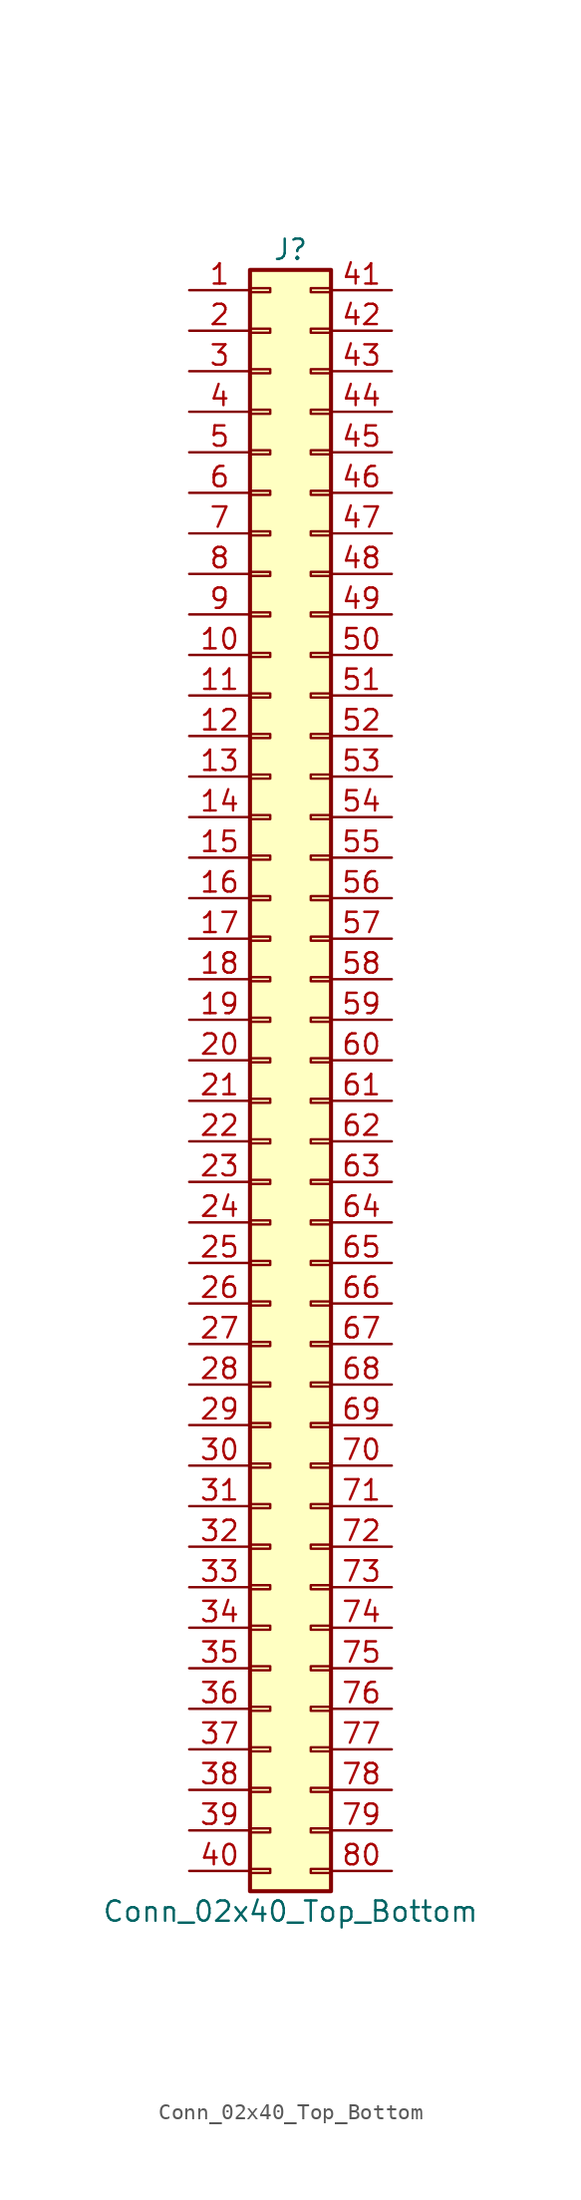
<source format=kicad_sym>
(kicad_symbol_lib
  (version 20220914)
  (generator kicad_symbol_editor)
  (symbol "Conn_02x40_Top_Bottom"
    (pin_names
      (offset 1.016) hide)
    (property "Reference" "J"
      (at 1.27 50.8 0)
      (effects (font (size 1.27 1.27))))
    (property "Value" "Conn_02x40_Top_Bottom"
      (at 1.27 -53.34 0)
      (effects (font (size 1.27 1.27))))
    (symbol "Conn_02x40_Top_Bottom_1_1"
      (rectangle (start -1.27 -50.673) (end 0 -50.927) (stroke (width 0.152) (type solid)) (fill (type none)))
      (rectangle (start -1.27 -48.133) (end 0 -48.387) (stroke (width 0.152) (type solid)) (fill (type none)))
      (rectangle (start -1.27 -45.593) (end 0 -45.847) (stroke (width 0.152) (type solid)) (fill (type none)))
      (rectangle (start -1.27 -43.053) (end 0 -43.307) (stroke (width 0.152) (type solid)) (fill (type none)))
      (rectangle (start -1.27 -40.513) (end 0 -40.767) (stroke (width 0.152) (type solid)) (fill (type none)))
      (rectangle (start -1.27 -37.973) (end 0 -38.227) (stroke (width 0.152) (type solid)) (fill (type none)))
      (rectangle (start -1.27 -35.433) (end 0 -35.687) (stroke (width 0.152) (type solid)) (fill (type none)))
      (rectangle (start -1.27 -32.893) (end 0 -33.147) (stroke (width 0.152) (type solid)) (fill (type none)))
      (rectangle (start -1.27 -30.353) (end 0 -30.607) (stroke (width 0.152) (type solid)) (fill (type none)))
      (rectangle (start -1.27 -27.813) (end 0 -28.067) (stroke (width 0.152) (type solid)) (fill (type none)))
      (rectangle (start -1.27 -25.273) (end 0 -25.527) (stroke (width 0.152) (type solid)) (fill (type none)))
      (rectangle (start -1.27 -22.733) (end 0 -22.987) (stroke (width 0.152) (type solid)) (fill (type none)))
      (rectangle (start -1.27 -20.193) (end 0 -20.447) (stroke (width 0.152) (type solid)) (fill (type none)))
      (rectangle (start -1.27 -17.653) (end 0 -17.907) (stroke (width 0.152) (type solid)) (fill (type none)))
      (rectangle (start -1.27 -15.113) (end 0 -15.367) (stroke (width 0.152) (type solid)) (fill (type none)))
      (rectangle (start -1.27 -12.573) (end 0 -12.827) (stroke (width 0.152) (type solid)) (fill (type none)))
      (rectangle (start -1.27 -10.033) (end 0 -10.287) (stroke (width 0.152) (type solid)) (fill (type none)))
      (rectangle (start -1.27 -7.493) (end 0 -7.747) (stroke (width 0.152) (type solid)) (fill (type none)))
      (rectangle (start -1.27 -4.953) (end 0 -5.207) (stroke (width 0.152) (type solid)) (fill (type none)))
      (rectangle (start -1.27 -2.413) (end 0 -2.667) (stroke (width 0.152) (type solid)) (fill (type none)))
      (rectangle (start -1.27 0.127) (end 0 -0.127) (stroke (width 0.152) (type solid)) (fill (type none)))
      (rectangle (start -1.27 2.667) (end 0 2.413) (stroke (width 0.152) (type solid)) (fill (type none)))
      (rectangle (start -1.27 5.207) (end 0 4.953) (stroke (width 0.152) (type solid)) (fill (type none)))
      (rectangle (start -1.27 7.747) (end 0 7.493) (stroke (width 0.152) (type solid)) (fill (type none)))
      (rectangle (start -1.27 10.287) (end 0 10.033) (stroke (width 0.152) (type solid)) (fill (type none)))
      (rectangle (start -1.27 12.827) (end 0 12.573) (stroke (width 0.152) (type solid)) (fill (type none)))
      (rectangle (start -1.27 15.367) (end 0 15.113) (stroke (width 0.152) (type solid)) (fill (type none)))
      (rectangle (start -1.27 17.907) (end 0 17.653) (stroke (width 0.152) (type solid)) (fill (type none)))
      (rectangle (start -1.27 20.447) (end 0 20.193) (stroke (width 0.152) (type solid)) (fill (type none)))
      (rectangle (start -1.27 22.987) (end 0 22.733) (stroke (width 0.152) (type solid)) (fill (type none)))
      (rectangle (start -1.27 25.527) (end 0 25.273) (stroke (width 0.152) (type solid)) (fill (type none)))
      (rectangle (start -1.27 28.067) (end 0 27.813) (stroke (width 0.152) (type solid)) (fill (type none)))
      (rectangle (start -1.27 30.607) (end 0 30.353) (stroke (width 0.152) (type solid)) (fill (type none)))
      (rectangle (start -1.27 33.147) (end 0 32.893) (stroke (width 0.152) (type solid)) (fill (type none)))
      (rectangle (start -1.27 35.687) (end 0 35.433) (stroke (width 0.152) (type solid)) (fill (type none)))
      (rectangle (start -1.27 38.227) (end 0 37.973) (stroke (width 0.152) (type solid)) (fill (type none)))
      (rectangle (start -1.27 40.767) (end 0 40.513) (stroke (width 0.152) (type solid)) (fill (type none)))
      (rectangle (start -1.27 43.307) (end 0 43.053) (stroke (width 0.152) (type solid)) (fill (type none)))
      (rectangle (start -1.27 45.847) (end 0 45.593) (stroke (width 0.152) (type solid)) (fill (type none)))
      (rectangle (start -1.27 48.387) (end 0 48.133) (stroke (width 0.152) (type solid)) (fill (type none)))
      (rectangle (start -1.27 49.53) (end 3.81 -52.07) (stroke (width 0.254) (type solid)) (fill (type background)))
      (rectangle (start 3.81 -50.673) (end 2.54 -50.927) (stroke (width 0.152) (type solid)) (fill (type none)))
      (rectangle (start 3.81 -48.133) (end 2.54 -48.387) (stroke (width 0.152) (type solid)) (fill (type none)))
      (rectangle (start 3.81 -45.593) (end 2.54 -45.847) (stroke (width 0.152) (type solid)) (fill (type none)))
      (rectangle (start 3.81 -43.053) (end 2.54 -43.307) (stroke (width 0.152) (type solid)) (fill (type none)))
      (rectangle (start 3.81 -40.513) (end 2.54 -40.767) (stroke (width 0.152) (type solid)) (fill (type none)))
      (rectangle (start 3.81 -37.973) (end 2.54 -38.227) (stroke (width 0.152) (type solid)) (fill (type none)))
      (rectangle (start 3.81 -35.433) (end 2.54 -35.687) (stroke (width 0.152) (type solid)) (fill (type none)))
      (rectangle (start 3.81 -32.893) (end 2.54 -33.147) (stroke (width 0.152) (type solid)) (fill (type none)))
      (rectangle (start 3.81 -30.353) (end 2.54 -30.607) (stroke (width 0.152) (type solid)) (fill (type none)))
      (rectangle (start 3.81 -27.813) (end 2.54 -28.067) (stroke (width 0.152) (type solid)) (fill (type none)))
      (rectangle (start 3.81 -25.273) (end 2.54 -25.527) (stroke (width 0.152) (type solid)) (fill (type none)))
      (rectangle (start 3.81 -22.733) (end 2.54 -22.987) (stroke (width 0.152) (type solid)) (fill (type none)))
      (rectangle (start 3.81 -20.193) (end 2.54 -20.447) (stroke (width 0.152) (type solid)) (fill (type none)))
      (rectangle (start 3.81 -17.653) (end 2.54 -17.907) (stroke (width 0.152) (type solid)) (fill (type none)))
      (rectangle (start 3.81 -15.113) (end 2.54 -15.367) (stroke (width 0.152) (type solid)) (fill (type none)))
      (rectangle (start 3.81 -12.573) (end 2.54 -12.827) (stroke (width 0.152) (type solid)) (fill (type none)))
      (rectangle (start 3.81 -10.033) (end 2.54 -10.287) (stroke (width 0.152) (type solid)) (fill (type none)))
      (rectangle (start 3.81 -7.493) (end 2.54 -7.747) (stroke (width 0.152) (type solid)) (fill (type none)))
      (rectangle (start 3.81 -4.953) (end 2.54 -5.207) (stroke (width 0.152) (type solid)) (fill (type none)))
      (rectangle (start 3.81 -2.413) (end 2.54 -2.667) (stroke (width 0.152) (type solid)) (fill (type none)))
      (rectangle (start 3.81 0.127) (end 2.54 -0.127) (stroke (width 0.152) (type solid)) (fill (type none)))
      (rectangle (start 3.81 2.667) (end 2.54 2.413) (stroke (width 0.152) (type solid)) (fill (type none)))
      (rectangle (start 3.81 5.207) (end 2.54 4.953) (stroke (width 0.152) (type solid)) (fill (type none)))
      (rectangle (start 3.81 7.747) (end 2.54 7.493) (stroke (width 0.152) (type solid)) (fill (type none)))
      (rectangle (start 3.81 10.287) (end 2.54 10.033) (stroke (width 0.152) (type solid)) (fill (type none)))
      (rectangle (start 3.81 12.827) (end 2.54 12.573) (stroke (width 0.152) (type solid)) (fill (type none)))
      (rectangle (start 3.81 15.367) (end 2.54 15.113) (stroke (width 0.152) (type solid)) (fill (type none)))
      (rectangle (start 3.81 17.907) (end 2.54 17.653) (stroke (width 0.152) (type solid)) (fill (type none)))
      (rectangle (start 3.81 20.447) (end 2.54 20.193) (stroke (width 0.152) (type solid)) (fill (type none)))
      (rectangle (start 3.81 22.987) (end 2.54 22.733) (stroke (width 0.152) (type solid)) (fill (type none)))
      (rectangle (start 3.81 25.527) (end 2.54 25.273) (stroke (width 0.152) (type solid)) (fill (type none)))
      (rectangle (start 3.81 28.067) (end 2.54 27.813) (stroke (width 0.152) (type solid)) (fill (type none)))
      (rectangle (start 3.81 30.607) (end 2.54 30.353) (stroke (width 0.152) (type solid)) (fill (type none)))
      (rectangle (start 3.81 33.147) (end 2.54 32.893) (stroke (width 0.152) (type solid)) (fill (type none)))
      (rectangle (start 3.81 35.687) (end 2.54 35.433) (stroke (width 0.152) (type solid)) (fill (type none)))
      (rectangle (start 3.81 38.227) (end 2.54 37.973) (stroke (width 0.152) (type solid)) (fill (type none)))
      (rectangle (start 3.81 40.767) (end 2.54 40.513) (stroke (width 0.152) (type solid)) (fill (type none)))
      (rectangle (start 3.81 43.307) (end 2.54 43.053) (stroke (width 0.152) (type solid)) (fill (type none)))
      (rectangle (start 3.81 45.847) (end 2.54 45.593) (stroke (width 0.152) (type solid)) (fill (type none)))
      (rectangle (start 3.81 48.387) (end 2.54 48.133) (stroke (width 0.152) (type solid)) (fill (type none)))
      (pin passive line (at -5.08 48.26 0) (length 3.81) (name "Pin_1" (effects (font (size 1.27 1.27)))) (number "1" (effects (font (size 1.27 1.27)))))
      (pin passive line (at -5.08 25.4 0) (length 3.81) (name "Pin_10" (effects (font (size 1.27 1.27)))) (number "10" (effects (font (size 1.27 1.27)))))
      (pin passive line (at -5.08 22.86 0) (length 3.81) (name "Pin_11" (effects (font (size 1.27 1.27)))) (number "11" (effects (font (size 1.27 1.27)))))
      (pin passive line (at -5.08 20.32 0) (length 3.81) (name "Pin_12" (effects (font (size 1.27 1.27)))) (number "12" (effects (font (size 1.27 1.27)))))
      (pin passive line (at -5.08 17.78 0) (length 3.81) (name "Pin_13" (effects (font (size 1.27 1.27)))) (number "13" (effects (font (size 1.27 1.27)))))
      (pin passive line (at -5.08 15.24 0) (length 3.81) (name "Pin_14" (effects (font (size 1.27 1.27)))) (number "14" (effects (font (size 1.27 1.27)))))
      (pin passive line (at -5.08 12.7 0) (length 3.81) (name "Pin_15" (effects (font (size 1.27 1.27)))) (number "15" (effects (font (size 1.27 1.27)))))
      (pin passive line (at -5.08 10.16 0) (length 3.81) (name "Pin_16" (effects (font (size 1.27 1.27)))) (number "16" (effects (font (size 1.27 1.27)))))
      (pin passive line (at -5.08 7.62 0) (length 3.81) (name "Pin_17" (effects (font (size 1.27 1.27)))) (number "17" (effects (font (size 1.27 1.27)))))
      (pin passive line (at -5.08 5.08 0) (length 3.81) (name "Pin_18" (effects (font (size 1.27 1.27)))) (number "18" (effects (font (size 1.27 1.27)))))
      (pin passive line (at -5.08 2.54 0) (length 3.81) (name "Pin_19" (effects (font (size 1.27 1.27)))) (number "19" (effects (font (size 1.27 1.27)))))
      (pin passive line (at -5.08 45.72 0) (length 3.81) (name "Pin_2" (effects (font (size 1.27 1.27)))) (number "2" (effects (font (size 1.27 1.27)))))
      (pin passive line (at -5.08 0 0) (length 3.81) (name "Pin_20" (effects (font (size 1.27 1.27)))) (number "20" (effects (font (size 1.27 1.27)))))
      (pin passive line (at -5.08 -2.54 0) (length 3.81) (name "Pin_21" (effects (font (size 1.27 1.27)))) (number "21" (effects (font (size 1.27 1.27)))))
      (pin passive line (at -5.08 -5.08 0) (length 3.81) (name "Pin_22" (effects (font (size 1.27 1.27)))) (number "22" (effects (font (size 1.27 1.27)))))
      (pin passive line (at -5.08 -7.62 0) (length 3.81) (name "Pin_23" (effects (font (size 1.27 1.27)))) (number "23" (effects (font (size 1.27 1.27)))))
      (pin passive line (at -5.08 -10.16 0) (length 3.81) (name "Pin_24" (effects (font (size 1.27 1.27)))) (number "24" (effects (font (size 1.27 1.27)))))
      (pin passive line (at -5.08 -12.7 0) (length 3.81) (name "Pin_25" (effects (font (size 1.27 1.27)))) (number "25" (effects (font (size 1.27 1.27)))))
      (pin passive line (at -5.08 -15.24 0) (length 3.81) (name "Pin_26" (effects (font (size 1.27 1.27)))) (number "26" (effects (font (size 1.27 1.27)))))
      (pin passive line (at -5.08 -17.78 0) (length 3.81) (name "Pin_27" (effects (font (size 1.27 1.27)))) (number "27" (effects (font (size 1.27 1.27)))))
      (pin passive line (at -5.08 -20.32 0) (length 3.81) (name "Pin_28" (effects (font (size 1.27 1.27)))) (number "28" (effects (font (size 1.27 1.27)))))
      (pin passive line (at -5.08 -22.86 0) (length 3.81) (name "Pin_29" (effects (font (size 1.27 1.27)))) (number "29" (effects (font (size 1.27 1.27)))))
      (pin passive line (at -5.08 43.18 0) (length 3.81) (name "Pin_3" (effects (font (size 1.27 1.27)))) (number "3" (effects (font (size 1.27 1.27)))))
      (pin passive line (at -5.08 -25.4 0) (length 3.81) (name "Pin_30" (effects (font (size 1.27 1.27)))) (number "30" (effects (font (size 1.27 1.27)))))
      (pin passive line (at -5.08 -27.94 0) (length 3.81) (name "Pin_31" (effects (font (size 1.27 1.27)))) (number "31" (effects (font (size 1.27 1.27)))))
      (pin passive line (at -5.08 -30.48 0) (length 3.81) (name "Pin_32" (effects (font (size 1.27 1.27)))) (number "32" (effects (font (size 1.27 1.27)))))
      (pin passive line (at -5.08 -33.02 0) (length 3.81) (name "Pin_33" (effects (font (size 1.27 1.27)))) (number "33" (effects (font (size 1.27 1.27)))))
      (pin passive line (at -5.08 -35.56 0) (length 3.81) (name "Pin_34" (effects (font (size 1.27 1.27)))) (number "34" (effects (font (size 1.27 1.27)))))
      (pin passive line (at -5.08 -38.1 0) (length 3.81) (name "Pin_35" (effects (font (size 1.27 1.27)))) (number "35" (effects (font (size 1.27 1.27)))))
      (pin passive line (at -5.08 -40.64 0) (length 3.81) (name "Pin_36" (effects (font (size 1.27 1.27)))) (number "36" (effects (font (size 1.27 1.27)))))
      (pin passive line (at -5.08 -43.18 0) (length 3.81) (name "Pin_37" (effects (font (size 1.27 1.27)))) (number "37" (effects (font (size 1.27 1.27)))))
      (pin passive line (at -5.08 -45.72 0) (length 3.81) (name "Pin_38" (effects (font (size 1.27 1.27)))) (number "38" (effects (font (size 1.27 1.27)))))
      (pin passive line (at -5.08 -48.26 0) (length 3.81) (name "Pin_39" (effects (font (size 1.27 1.27)))) (number "39" (effects (font (size 1.27 1.27)))))
      (pin passive line (at -5.08 40.64 0) (length 3.81) (name "Pin_4" (effects (font (size 1.27 1.27)))) (number "4" (effects (font (size 1.27 1.27)))))
      (pin passive line (at -5.08 -50.8 0) (length 3.81) (name "Pin_40" (effects (font (size 1.27 1.27)))) (number "40" (effects (font (size 1.27 1.27)))))
      (pin passive line (at 7.62 48.26 180) (length 3.81) (name "Pin_41" (effects (font (size 1.27 1.27)))) (number "41" (effects (font (size 1.27 1.27)))))
      (pin passive line (at 7.62 45.72 180) (length 3.81) (name "Pin_42" (effects (font (size 1.27 1.27)))) (number "42" (effects (font (size 1.27 1.27)))))
      (pin passive line (at 7.62 43.18 180) (length 3.81) (name "Pin_43" (effects (font (size 1.27 1.27)))) (number "43" (effects (font (size 1.27 1.27)))))
      (pin passive line (at 7.62 40.64 180) (length 3.81) (name "Pin_44" (effects (font (size 1.27 1.27)))) (number "44" (effects (font (size 1.27 1.27)))))
      (pin passive line (at 7.62 38.1 180) (length 3.81) (name "Pin_45" (effects (font (size 1.27 1.27)))) (number "45" (effects (font (size 1.27 1.27)))))
      (pin passive line (at 7.62 35.56 180) (length 3.81) (name "Pin_46" (effects (font (size 1.27 1.27)))) (number "46" (effects (font (size 1.27 1.27)))))
      (pin passive line (at 7.62 33.02 180) (length 3.81) (name "Pin_47" (effects (font (size 1.27 1.27)))) (number "47" (effects (font (size 1.27 1.27)))))
      (pin passive line (at 7.62 30.48 180) (length 3.81) (name "Pin_48" (effects (font (size 1.27 1.27)))) (number "48" (effects (font (size 1.27 1.27)))))
      (pin passive line (at 7.62 27.94 180) (length 3.81) (name "Pin_49" (effects (font (size 1.27 1.27)))) (number "49" (effects (font (size 1.27 1.27)))))
      (pin passive line (at -5.08 38.1 0) (length 3.81) (name "Pin_5" (effects (font (size 1.27 1.27)))) (number "5" (effects (font (size 1.27 1.27)))))
      (pin passive line (at 7.62 25.4 180) (length 3.81) (name "Pin_50" (effects (font (size 1.27 1.27)))) (number "50" (effects (font (size 1.27 1.27)))))
      (pin passive line (at 7.62 22.86 180) (length 3.81) (name "Pin_51" (effects (font (size 1.27 1.27)))) (number "51" (effects (font (size 1.27 1.27)))))
      (pin passive line (at 7.62 20.32 180) (length 3.81) (name "Pin_52" (effects (font (size 1.27 1.27)))) (number "52" (effects (font (size 1.27 1.27)))))
      (pin passive line (at 7.62 17.78 180) (length 3.81) (name "Pin_53" (effects (font (size 1.27 1.27)))) (number "53" (effects (font (size 1.27 1.27)))))
      (pin passive line (at 7.62 15.24 180) (length 3.81) (name "Pin_54" (effects (font (size 1.27 1.27)))) (number "54" (effects (font (size 1.27 1.27)))))
      (pin passive line (at 7.62 12.7 180) (length 3.81) (name "Pin_55" (effects (font (size 1.27 1.27)))) (number "55" (effects (font (size 1.27 1.27)))))
      (pin passive line (at 7.62 10.16 180) (length 3.81) (name "Pin_56" (effects (font (size 1.27 1.27)))) (number "56" (effects (font (size 1.27 1.27)))))
      (pin passive line (at 7.62 7.62 180) (length 3.81) (name "Pin_57" (effects (font (size 1.27 1.27)))) (number "57" (effects (font (size 1.27 1.27)))))
      (pin passive line (at 7.62 5.08 180) (length 3.81) (name "Pin_58" (effects (font (size 1.27 1.27)))) (number "58" (effects (font (size 1.27 1.27)))))
      (pin passive line (at 7.62 2.54 180) (length 3.81) (name "Pin_59" (effects (font (size 1.27 1.27)))) (number "59" (effects (font (size 1.27 1.27)))))
      (pin passive line (at -5.08 35.56 0) (length 3.81) (name "Pin_6" (effects (font (size 1.27 1.27)))) (number "6" (effects (font (size 1.27 1.27)))))
      (pin passive line (at 7.62 0 180) (length 3.81) (name "Pin_60" (effects (font (size 1.27 1.27)))) (number "60" (effects (font (size 1.27 1.27)))))
      (pin passive line (at 7.62 -2.54 180) (length 3.81) (name "Pin_61" (effects (font (size 1.27 1.27)))) (number "61" (effects (font (size 1.27 1.27)))))
      (pin passive line (at 7.62 -5.08 180) (length 3.81) (name "Pin_62" (effects (font (size 1.27 1.27)))) (number "62" (effects (font (size 1.27 1.27)))))
      (pin passive line (at 7.62 -7.62 180) (length 3.81) (name "Pin_63" (effects (font (size 1.27 1.27)))) (number "63" (effects (font (size 1.27 1.27)))))
      (pin passive line (at 7.62 -10.16 180) (length 3.81) (name "Pin_64" (effects (font (size 1.27 1.27)))) (number "64" (effects (font (size 1.27 1.27)))))
      (pin passive line (at 7.62 -12.7 180) (length 3.81) (name "Pin_65" (effects (font (size 1.27 1.27)))) (number "65" (effects (font (size 1.27 1.27)))))
      (pin passive line (at 7.62 -15.24 180) (length 3.81) (name "Pin_66" (effects (font (size 1.27 1.27)))) (number "66" (effects (font (size 1.27 1.27)))))
      (pin passive line (at 7.62 -17.78 180) (length 3.81) (name "Pin_67" (effects (font (size 1.27 1.27)))) (number "67" (effects (font (size 1.27 1.27)))))
      (pin passive line (at 7.62 -20.32 180) (length 3.81) (name "Pin_68" (effects (font (size 1.27 1.27)))) (number "68" (effects (font (size 1.27 1.27)))))
      (pin passive line (at 7.62 -22.86 180) (length 3.81) (name "Pin_69" (effects (font (size 1.27 1.27)))) (number "69" (effects (font (size 1.27 1.27)))))
      (pin passive line (at -5.08 33.02 0) (length 3.81) (name "Pin_7" (effects (font (size 1.27 1.27)))) (number "7" (effects (font (size 1.27 1.27)))))
      (pin passive line (at 7.62 -25.4 180) (length 3.81) (name "Pin_70" (effects (font (size 1.27 1.27)))) (number "70" (effects (font (size 1.27 1.27)))))
      (pin passive line (at 7.62 -27.94 180) (length 3.81) (name "Pin_71" (effects (font (size 1.27 1.27)))) (number "71" (effects (font (size 1.27 1.27)))))
      (pin passive line (at 7.62 -30.48 180) (length 3.81) (name "Pin_72" (effects (font (size 1.27 1.27)))) (number "72" (effects (font (size 1.27 1.27)))))
      (pin passive line (at 7.62 -33.02 180) (length 3.81) (name "Pin_73" (effects (font (size 1.27 1.27)))) (number "73" (effects (font (size 1.27 1.27)))))
      (pin passive line (at 7.62 -35.56 180) (length 3.81) (name "Pin_74" (effects (font (size 1.27 1.27)))) (number "74" (effects (font (size 1.27 1.27)))))
      (pin passive line (at 7.62 -38.1 180) (length 3.81) (name "Pin_75" (effects (font (size 1.27 1.27)))) (number "75" (effects (font (size 1.27 1.27)))))
      (pin passive line (at 7.62 -40.64 180) (length 3.81) (name "Pin_76" (effects (font (size 1.27 1.27)))) (number "76" (effects (font (size 1.27 1.27)))))
      (pin passive line (at 7.62 -43.18 180) (length 3.81) (name "Pin_77" (effects (font (size 1.27 1.27)))) (number "77" (effects (font (size 1.27 1.27)))))
      (pin passive line (at 7.62 -45.72 180) (length 3.81) (name "Pin_78" (effects (font (size 1.27 1.27)))) (number "78" (effects (font (size 1.27 1.27)))))
      (pin passive line (at 7.62 -48.26 180) (length 3.81) (name "Pin_79" (effects (font (size 1.27 1.27)))) (number "79" (effects (font (size 1.27 1.27)))))
      (pin passive line (at -5.08 30.48 0) (length 3.81) (name "Pin_8" (effects (font (size 1.27 1.27)))) (number "8" (effects (font (size 1.27 1.27)))))
      (pin passive line (at 7.62 -50.8 180) (length 3.81) (name "Pin_80" (effects (font (size 1.27 1.27)))) (number "80" (effects (font (size 1.27 1.27)))))
      (pin passive line (at -5.08 27.94 0) (length 3.81) (name "Pin_9" (effects (font (size 1.27 1.27)))) (number "9" (effects (font (size 1.27 1.27))))))))
</source>
